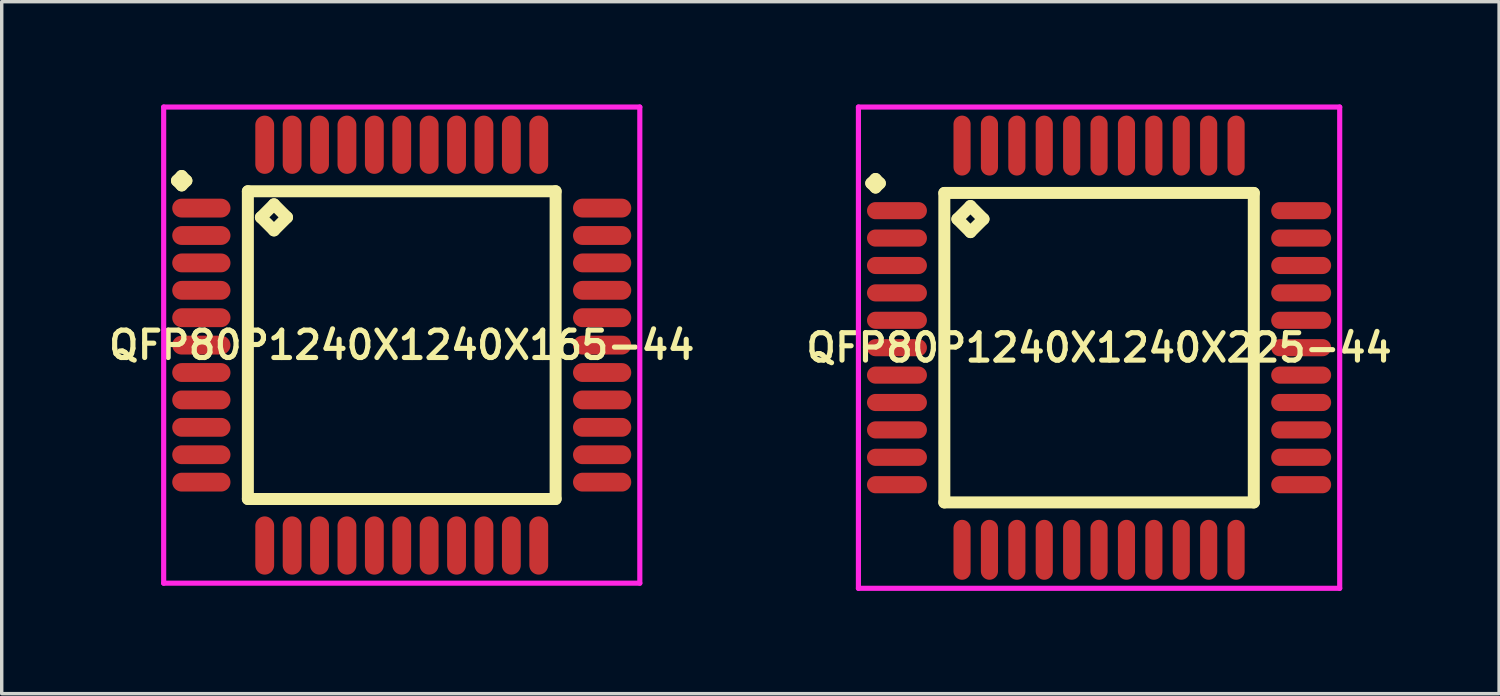
<source format=kicad_pcb>
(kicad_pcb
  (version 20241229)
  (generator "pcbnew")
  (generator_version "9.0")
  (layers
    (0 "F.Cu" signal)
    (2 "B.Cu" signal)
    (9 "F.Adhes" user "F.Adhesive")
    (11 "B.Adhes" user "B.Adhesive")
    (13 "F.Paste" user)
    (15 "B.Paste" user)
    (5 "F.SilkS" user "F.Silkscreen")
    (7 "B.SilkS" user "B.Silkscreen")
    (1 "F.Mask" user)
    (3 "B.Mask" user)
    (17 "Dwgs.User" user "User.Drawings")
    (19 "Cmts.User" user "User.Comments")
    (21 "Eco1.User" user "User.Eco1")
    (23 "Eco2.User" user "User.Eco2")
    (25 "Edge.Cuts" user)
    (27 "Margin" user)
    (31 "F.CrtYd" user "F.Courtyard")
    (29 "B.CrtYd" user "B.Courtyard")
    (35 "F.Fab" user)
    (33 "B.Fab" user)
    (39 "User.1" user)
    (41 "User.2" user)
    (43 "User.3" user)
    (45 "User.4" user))
  (footprint "QFP80P1240X1240X225-44"
    (layer "F.Cu")
    (at 29.035 7.1)
    (property "Reference" "QFP80P1240X1240X225-44" (at 0 0 0) (layer "F.SilkS") (effects (font (size 0.8 0.8) (thickness 0.15))))
    (attr smd)
    (fp_line (start -6.65 -4.8) (end -6.525 -4.925) (stroke (width 0.35) (type solid)) (layer "F.SilkS"))
    (fp_line (start -6.525 -4.925) (end -6.4 -4.8) (stroke (width 0.35) (type solid)) (layer "F.SilkS"))
    (fp_line (start -6.525 -4.675) (end -6.65 -4.8) (stroke (width 0.35) (type solid)) (layer "F.SilkS"))
    (fp_line (start -6.4 -4.8) (end -6.525 -4.675) (stroke (width 0.35) (type solid)) (layer "F.SilkS"))
    (fp_line (start -4.517 -4.517) (end -4.517 4.517) (stroke (width 0.35) (type solid)) (layer "F.SilkS"))
    (fp_line (start -4.517 4.517) (end 4.517 4.517) (stroke (width 0.35) (type solid)) (layer "F.SilkS"))
    (fp_line (start -4.136 -3.755) (end -3.755 -4.136) (stroke (width 0.35) (type solid)) (layer "F.SilkS"))
    (fp_line (start -3.755 -4.136) (end -3.374 -3.755) (stroke (width 0.35) (type solid)) (layer "F.SilkS"))
    (fp_line (start -3.755 -3.374) (end -4.136 -3.755) (stroke (width 0.35) (type solid)) (layer "F.SilkS"))
    (fp_line (start -3.374 -3.755) (end -3.755 -3.374) (stroke (width 0.35) (type solid)) (layer "F.SilkS"))
    (fp_line (start 4.517 -4.517) (end -4.517 -4.517) (stroke (width 0.35) (type solid)) (layer "F.SilkS"))
    (fp_line (start 4.517 4.517) (end 4.517 -4.517) (stroke (width 0.35) (type solid)) (layer "F.SilkS"))
    (fp_line (start -7.025 -7.025) (end 7.025 -7.025) (stroke (width 0.15) (type solid)) (layer "F.CrtYd"))
    (fp_line (start -7.025 7.025) (end -7.025 -7.025) (stroke (width 0.15) (type solid)) (layer "F.CrtYd"))
    (fp_line (start 7.025 -7.025) (end 7.025 7.025) (stroke (width 0.15) (type solid)) (layer "F.CrtYd"))
    (fp_line (start 7.025 7.025) (end -7.025 7.025) (stroke (width 0.15) (type solid)) (layer "F.CrtYd"))
    (pad "1" smd oval (at -5.9 -4) (size 1.75 0.5) (layers "F.Cu" "F.Mask" "F.Paste"))
    (pad "2" smd oval (at -5.9 -3.2) (size 1.75 0.5) (layers "F.Cu" "F.Mask" "F.Paste"))
    (pad "3" smd oval (at -5.9 -2.4) (size 1.75 0.5) (layers "F.Cu" "F.Mask" "F.Paste"))
    (pad "4" smd oval (at -5.9 -1.6) (size 1.75 0.5) (layers "F.Cu" "F.Mask" "F.Paste"))
    (pad "5" smd oval (at -5.9 -0.8) (size 1.75 0.5) (layers "F.Cu" "F.Mask" "F.Paste"))
    (pad "6" smd oval (at -5.9 0) (size 1.75 0.5) (layers "F.Cu" "F.Mask" "F.Paste"))
    (pad "7" smd oval (at -5.9 0.8) (size 1.75 0.5) (layers "F.Cu" "F.Mask" "F.Paste"))
    (pad "8" smd oval (at -5.9 1.6) (size 1.75 0.5) (layers "F.Cu" "F.Mask" "F.Paste"))
    (pad "9" smd oval (at -5.9 2.4) (size 1.75 0.5) (layers "F.Cu" "F.Mask" "F.Paste"))
    (pad "10" smd oval (at -5.9 3.2) (size 1.75 0.5) (layers "F.Cu" "F.Mask" "F.Paste"))
    (pad "11" smd oval (at -5.9 4) (size 1.75 0.5) (layers "F.Cu" "F.Mask" "F.Paste"))
    (pad "12" smd oval (at -4 5.9) (size 0.5 1.75) (layers "F.Cu" "F.Mask" "F.Paste"))
    (pad "13" smd oval (at -3.2 5.9) (size 0.5 1.75) (layers "F.Cu" "F.Mask" "F.Paste"))
    (pad "14" smd oval (at -2.4 5.9) (size 0.5 1.75) (layers "F.Cu" "F.Mask" "F.Paste"))
    (pad "15" smd oval (at -1.6 5.9) (size 0.5 1.75) (layers "F.Cu" "F.Mask" "F.Paste"))
    (pad "16" smd oval (at -0.8 5.9) (size 0.5 1.75) (layers "F.Cu" "F.Mask" "F.Paste"))
    (pad "17" smd oval (at 0 5.9) (size 0.5 1.75) (layers "F.Cu" "F.Mask" "F.Paste"))
    (pad "18" smd oval (at 0.8 5.9) (size 0.5 1.75) (layers "F.Cu" "F.Mask" "F.Paste"))
    (pad "19" smd oval (at 1.6 5.9) (size 0.5 1.75) (layers "F.Cu" "F.Mask" "F.Paste"))
    (pad "20" smd oval (at 2.4 5.9) (size 0.5 1.75) (layers "F.Cu" "F.Mask" "F.Paste"))
    (pad "21" smd oval (at 3.2 5.9) (size 0.5 1.75) (layers "F.Cu" "F.Mask" "F.Paste"))
    (pad "22" smd oval (at 4 5.9) (size 0.5 1.75) (layers "F.Cu" "F.Mask" "F.Paste"))
    (pad "23" smd oval (at 5.9 4) (size 1.75 0.5) (layers "F.Cu" "F.Mask" "F.Paste"))
    (pad "24" smd oval (at 5.9 3.2) (size 1.75 0.5) (layers "F.Cu" "F.Mask" "F.Paste"))
    (pad "25" smd oval (at 5.9 2.4) (size 1.75 0.5) (layers "F.Cu" "F.Mask" "F.Paste"))
    (pad "26" smd oval (at 5.9 1.6) (size 1.75 0.5) (layers "F.Cu" "F.Mask" "F.Paste"))
    (pad "27" smd oval (at 5.9 0.8) (size 1.75 0.5) (layers "F.Cu" "F.Mask" "F.Paste"))
    (pad "28" smd oval (at 5.9 0) (size 1.75 0.5) (layers "F.Cu" "F.Mask" "F.Paste"))
    (pad "29" smd oval (at 5.9 -0.8) (size 1.75 0.5) (layers "F.Cu" "F.Mask" "F.Paste"))
    (pad "30" smd oval (at 5.9 -1.6) (size 1.75 0.5) (layers "F.Cu" "F.Mask" "F.Paste"))
    (pad "31" smd oval (at 5.9 -2.4) (size 1.75 0.5) (layers "F.Cu" "F.Mask" "F.Paste"))
    (pad "32" smd oval (at 5.9 -3.2) (size 1.75 0.5) (layers "F.Cu" "F.Mask" "F.Paste"))
    (pad "33" smd oval (at 5.9 -4) (size 1.75 0.5) (layers "F.Cu" "F.Mask" "F.Paste"))
    (pad "34" smd oval (at 4 -5.9) (size 0.5 1.75) (layers "F.Cu" "F.Mask" "F.Paste"))
    (pad "35" smd oval (at 3.2 -5.9) (size 0.5 1.75) (layers "F.Cu" "F.Mask" "F.Paste"))
    (pad "36" smd oval (at 2.4 -5.9) (size 0.5 1.75) (layers "F.Cu" "F.Mask" "F.Paste"))
    (pad "37" smd oval (at 1.6 -5.9) (size 0.5 1.75) (layers "F.Cu" "F.Mask" "F.Paste"))
    (pad "38" smd oval (at 0.8 -5.9) (size 0.5 1.75) (layers "F.Cu" "F.Mask" "F.Paste"))
    (pad "39" smd oval (at 0 -5.9) (size 0.5 1.75) (layers "F.Cu" "F.Mask" "F.Paste"))
    (pad "40" smd oval (at -0.8 -5.9) (size 0.5 1.75) (layers "F.Cu" "F.Mask" "F.Paste"))
    (pad "41" smd oval (at -1.6 -5.9) (size 0.5 1.75) (layers "F.Cu" "F.Mask" "F.Paste"))
    (pad "42" smd oval (at -2.4 -5.9) (size 0.5 1.75) (layers "F.Cu" "F.Mask" "F.Paste"))
    (pad "43" smd oval (at -3.2 -5.9) (size 0.5 1.75) (layers "F.Cu" "F.Mask" "F.Paste"))
    (pad "44" smd oval (at -4 -5.9) (size 0.5 1.75) (layers "F.Cu" "F.Mask" "F.Paste")))
  (footprint "QFP80P1240X1240X165-44"
    (layer "F.Cu")
    (at 8.678 7.025)
    (property "Reference" "QFP80P1240X1240X165-44" (at 0 0 0) (layer "F.SilkS") (effects (font (size 0.8 0.8) (thickness 0.15))))
    (attr smd)
    (fp_line (start -6.562 -4.8) (end -6.425 -4.938) (stroke (width 0.35) (type solid)) (layer "F.SilkS"))
    (fp_line (start -6.425 -4.938) (end -6.287 -4.8) (stroke (width 0.35) (type solid)) (layer "F.SilkS"))
    (fp_line (start -6.425 -4.662) (end -6.562 -4.8) (stroke (width 0.35) (type solid)) (layer "F.SilkS"))
    (fp_line (start -6.287 -4.8) (end -6.425 -4.662) (stroke (width 0.35) (type solid)) (layer "F.SilkS"))
    (fp_line (start -4.492 -4.492) (end -4.492 4.492) (stroke (width 0.35) (type solid)) (layer "F.SilkS"))
    (fp_line (start -4.492 4.492) (end 4.492 4.492) (stroke (width 0.35) (type solid)) (layer "F.SilkS"))
    (fp_line (start -4.111 -3.73) (end -3.73 -4.111) (stroke (width 0.35) (type solid)) (layer "F.SilkS"))
    (fp_line (start -3.73 -4.111) (end -3.349 -3.73) (stroke (width 0.35) (type solid)) (layer "F.SilkS"))
    (fp_line (start -3.73 -3.349) (end -4.111 -3.73) (stroke (width 0.35) (type solid)) (layer "F.SilkS"))
    (fp_line (start -3.349 -3.73) (end -3.73 -3.349) (stroke (width 0.35) (type solid)) (layer "F.SilkS"))
    (fp_line (start 4.492 -4.492) (end -4.492 -4.492) (stroke (width 0.35) (type solid)) (layer "F.SilkS"))
    (fp_line (start 4.492 4.492) (end 4.492 -4.492) (stroke (width 0.35) (type solid)) (layer "F.SilkS"))
    (fp_line (start -6.95 -6.95) (end 6.95 -6.95) (stroke (width 0.15) (type solid)) (layer "F.CrtYd"))
    (fp_line (start -6.95 6.95) (end -6.95 -6.95) (stroke (width 0.15) (type solid)) (layer "F.CrtYd"))
    (fp_line (start 6.95 -6.95) (end 6.95 6.95) (stroke (width 0.15) (type solid)) (layer "F.CrtYd"))
    (fp_line (start 6.95 6.95) (end -6.95 6.95) (stroke (width 0.15) (type solid)) (layer "F.CrtYd"))
    (pad "1" smd oval (at -5.85 -4) (size 1.7 0.55) (layers "F.Cu" "F.Mask" "F.Paste"))
    (pad "2" smd oval (at -5.85 -3.2) (size 1.7 0.55) (layers "F.Cu" "F.Mask" "F.Paste"))
    (pad "3" smd oval (at -5.85 -2.4) (size 1.7 0.55) (layers "F.Cu" "F.Mask" "F.Paste"))
    (pad "4" smd oval (at -5.85 -1.6) (size 1.7 0.55) (layers "F.Cu" "F.Mask" "F.Paste"))
    (pad "5" smd oval (at -5.85 -0.8) (size 1.7 0.55) (layers "F.Cu" "F.Mask" "F.Paste"))
    (pad "6" smd oval (at -5.85 0) (size 1.7 0.55) (layers "F.Cu" "F.Mask" "F.Paste"))
    (pad "7" smd oval (at -5.85 0.8) (size 1.7 0.55) (layers "F.Cu" "F.Mask" "F.Paste"))
    (pad "8" smd oval (at -5.85 1.6) (size 1.7 0.55) (layers "F.Cu" "F.Mask" "F.Paste"))
    (pad "9" smd oval (at -5.85 2.4) (size 1.7 0.55) (layers "F.Cu" "F.Mask" "F.Paste"))
    (pad "10" smd oval (at -5.85 3.2) (size 1.7 0.55) (layers "F.Cu" "F.Mask" "F.Paste"))
    (pad "11" smd oval (at -5.85 4) (size 1.7 0.55) (layers "F.Cu" "F.Mask" "F.Paste"))
    (pad "12" smd oval (at -4 5.85) (size 0.55 1.7) (layers "F.Cu" "F.Mask" "F.Paste"))
    (pad "13" smd oval (at -3.2 5.85) (size 0.55 1.7) (layers "F.Cu" "F.Mask" "F.Paste"))
    (pad "14" smd oval (at -2.4 5.85) (size 0.55 1.7) (layers "F.Cu" "F.Mask" "F.Paste"))
    (pad "15" smd oval (at -1.6 5.85) (size 0.55 1.7) (layers "F.Cu" "F.Mask" "F.Paste"))
    (pad "16" smd oval (at -0.8 5.85) (size 0.55 1.7) (layers "F.Cu" "F.Mask" "F.Paste"))
    (pad "17" smd oval (at 0 5.85) (size 0.55 1.7) (layers "F.Cu" "F.Mask" "F.Paste"))
    (pad "18" smd oval (at 0.8 5.85) (size 0.55 1.7) (layers "F.Cu" "F.Mask" "F.Paste"))
    (pad "19" smd oval (at 1.6 5.85) (size 0.55 1.7) (layers "F.Cu" "F.Mask" "F.Paste"))
    (pad "20" smd oval (at 2.4 5.85) (size 0.55 1.7) (layers "F.Cu" "F.Mask" "F.Paste"))
    (pad "21" smd oval (at 3.2 5.85) (size 0.55 1.7) (layers "F.Cu" "F.Mask" "F.Paste"))
    (pad "22" smd oval (at 4 5.85) (size 0.55 1.7) (layers "F.Cu" "F.Mask" "F.Paste"))
    (pad "23" smd oval (at 5.85 4) (size 1.7 0.55) (layers "F.Cu" "F.Mask" "F.Paste"))
    (pad "24" smd oval (at 5.85 3.2) (size 1.7 0.55) (layers "F.Cu" "F.Mask" "F.Paste"))
    (pad "25" smd oval (at 5.85 2.4) (size 1.7 0.55) (layers "F.Cu" "F.Mask" "F.Paste"))
    (pad "26" smd oval (at 5.85 1.6) (size 1.7 0.55) (layers "F.Cu" "F.Mask" "F.Paste"))
    (pad "27" smd oval (at 5.85 0.8) (size 1.7 0.55) (layers "F.Cu" "F.Mask" "F.Paste"))
    (pad "28" smd oval (at 5.85 0) (size 1.7 0.55) (layers "F.Cu" "F.Mask" "F.Paste"))
    (pad "29" smd oval (at 5.85 -0.8) (size 1.7 0.55) (layers "F.Cu" "F.Mask" "F.Paste"))
    (pad "30" smd oval (at 5.85 -1.6) (size 1.7 0.55) (layers "F.Cu" "F.Mask" "F.Paste"))
    (pad "31" smd oval (at 5.85 -2.4) (size 1.7 0.55) (layers "F.Cu" "F.Mask" "F.Paste"))
    (pad "32" smd oval (at 5.85 -3.2) (size 1.7 0.55) (layers "F.Cu" "F.Mask" "F.Paste"))
    (pad "33" smd oval (at 5.85 -4) (size 1.7 0.55) (layers "F.Cu" "F.Mask" "F.Paste"))
    (pad "34" smd oval (at 4 -5.85) (size 0.55 1.7) (layers "F.Cu" "F.Mask" "F.Paste"))
    (pad "35" smd oval (at 3.2 -5.85) (size 0.55 1.7) (layers "F.Cu" "F.Mask" "F.Paste"))
    (pad "36" smd oval (at 2.4 -5.85) (size 0.55 1.7) (layers "F.Cu" "F.Mask" "F.Paste"))
    (pad "37" smd oval (at 1.6 -5.85) (size 0.55 1.7) (layers "F.Cu" "F.Mask" "F.Paste"))
    (pad "38" smd oval (at 0.8 -5.85) (size 0.55 1.7) (layers "F.Cu" "F.Mask" "F.Paste"))
    (pad "39" smd oval (at 0 -5.85) (size 0.55 1.7) (layers "F.Cu" "F.Mask" "F.Paste"))
    (pad "40" smd oval (at -0.8 -5.85) (size 0.55 1.7) (layers "F.Cu" "F.Mask" "F.Paste"))
    (pad "41" smd oval (at -1.6 -5.85) (size 0.55 1.7) (layers "F.Cu" "F.Mask" "F.Paste"))
    (pad "42" smd oval (at -2.4 -5.85) (size 0.55 1.7) (layers "F.Cu" "F.Mask" "F.Paste"))
    (pad "43" smd oval (at -3.2 -5.85) (size 0.55 1.7) (layers "F.Cu" "F.Mask" "F.Paste"))
    (pad "44" smd oval (at -4 -5.85) (size 0.55 1.7) (layers "F.Cu" "F.Mask" "F.Paste")))
  (gr_rect
    (start -3 -3)
    (end 40.713 17.2)
    (stroke (width 0.1) (type default))
    (fill no)
    (layer "Edge.Cuts")))
</source>
